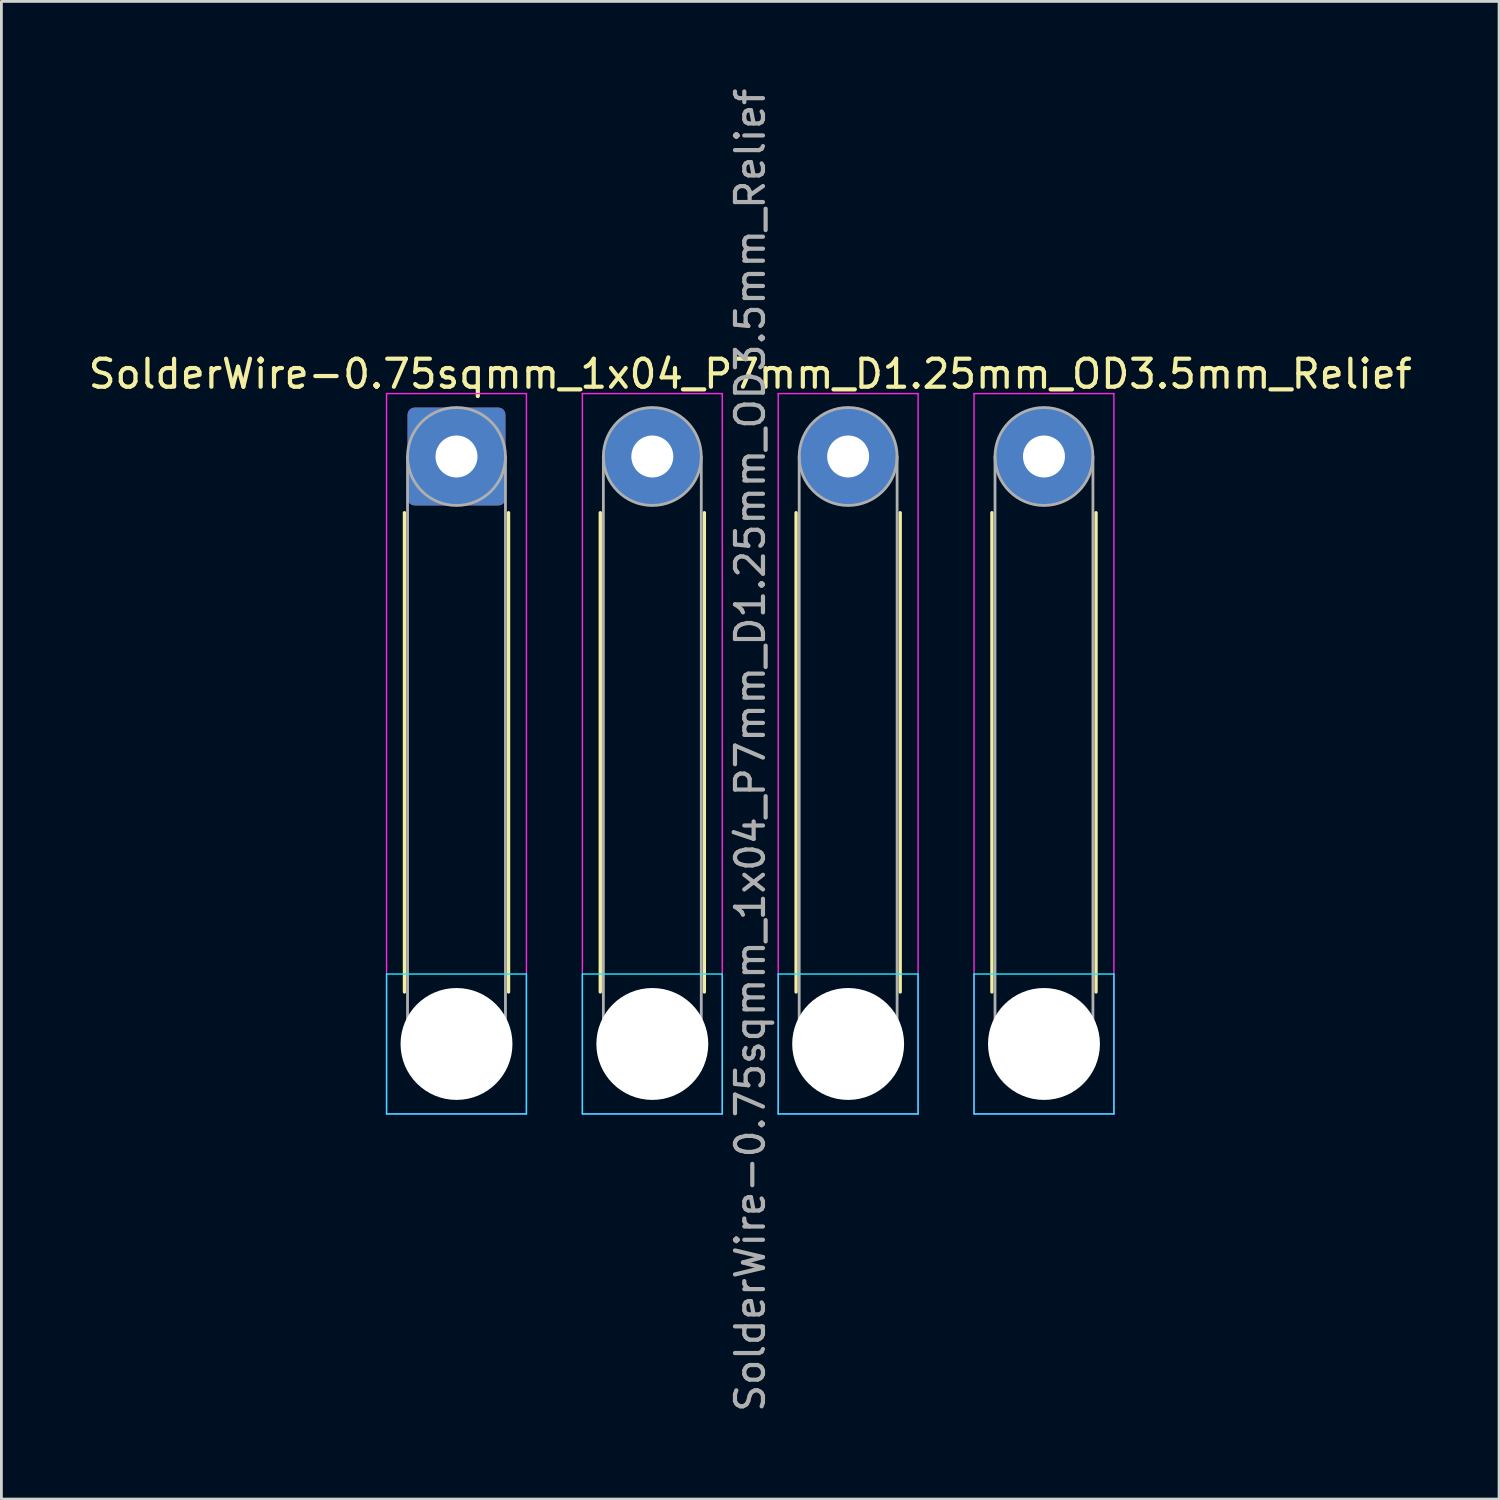
<source format=kicad_pcb>
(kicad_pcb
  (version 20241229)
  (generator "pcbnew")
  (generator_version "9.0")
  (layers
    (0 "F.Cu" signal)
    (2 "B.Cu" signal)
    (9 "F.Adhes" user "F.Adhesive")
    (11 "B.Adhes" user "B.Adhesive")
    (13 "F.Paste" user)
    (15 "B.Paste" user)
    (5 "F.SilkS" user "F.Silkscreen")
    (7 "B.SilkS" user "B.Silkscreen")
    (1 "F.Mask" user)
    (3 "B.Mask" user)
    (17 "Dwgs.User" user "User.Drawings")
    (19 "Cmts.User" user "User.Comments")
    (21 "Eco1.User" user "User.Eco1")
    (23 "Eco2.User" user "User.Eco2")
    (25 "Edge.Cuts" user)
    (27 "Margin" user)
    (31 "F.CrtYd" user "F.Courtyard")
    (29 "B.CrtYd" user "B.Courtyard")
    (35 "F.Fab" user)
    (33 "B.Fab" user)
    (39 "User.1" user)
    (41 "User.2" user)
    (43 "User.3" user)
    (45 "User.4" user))
  (footprint "SolderWire-0.75sqmm_1x04_P7mm_D1.25mm_OD3.5mm_Relief"
    (layer "F.Cu")
    (at 13.268 13.268)
    (property "Reference" "SolderWire-0.75sqmm_1x04_P7mm_D1.25mm_OD3.5mm_Relief" (at 10.5 -2.95 0) (layer "F.SilkS") (effects (font (size 1 1) (thickness 0.15))))
    (attr exclude_from_pos_files exclude_from_bom)
    (fp_line (start -1.86 2.01) (end -1.86 19.14) (stroke (width 0.12) (type solid)) (layer "F.SilkS"))
    (fp_line (start 1.86 2.01) (end 1.86 19.14) (stroke (width 0.12) (type solid)) (layer "F.SilkS"))
    (fp_line (start 5.14 2.01) (end 5.14 19.14) (stroke (width 0.12) (type solid)) (layer "F.SilkS"))
    (fp_line (start 8.86 2.01) (end 8.86 19.14) (stroke (width 0.12) (type solid)) (layer "F.SilkS"))
    (fp_line (start 12.14 2.01) (end 12.14 19.14) (stroke (width 0.12) (type solid)) (layer "F.SilkS"))
    (fp_line (start 15.86 2.01) (end 15.86 19.14) (stroke (width 0.12) (type solid)) (layer "F.SilkS"))
    (fp_line (start 19.14 2.01) (end 19.14 19.14) (stroke (width 0.12) (type solid)) (layer "F.SilkS"))
    (fp_line (start 22.86 2.01) (end 22.86 19.14) (stroke (width 0.12) (type solid)) (layer "F.SilkS"))
    (fp_line (start -2.5 18.5) (end -2.5 23.5) (stroke (width 0.05) (type solid)) (layer "B.CrtYd"))
    (fp_line (start -2.5 23.5) (end 2.5 23.5) (stroke (width 0.05) (type solid)) (layer "B.CrtYd"))
    (fp_line (start 2.5 18.5) (end -2.5 18.5) (stroke (width 0.05) (type solid)) (layer "B.CrtYd"))
    (fp_line (start 2.5 23.5) (end 2.5 18.5) (stroke (width 0.05) (type solid)) (layer "B.CrtYd"))
    (fp_line (start 4.5 18.5) (end 4.5 23.5) (stroke (width 0.05) (type solid)) (layer "B.CrtYd"))
    (fp_line (start 4.5 23.5) (end 9.5 23.5) (stroke (width 0.05) (type solid)) (layer "B.CrtYd"))
    (fp_line (start 9.5 18.5) (end 4.5 18.5) (stroke (width 0.05) (type solid)) (layer "B.CrtYd"))
    (fp_line (start 9.5 23.5) (end 9.5 18.5) (stroke (width 0.05) (type solid)) (layer "B.CrtYd"))
    (fp_line (start 11.5 18.5) (end 11.5 23.5) (stroke (width 0.05) (type solid)) (layer "B.CrtYd"))
    (fp_line (start 11.5 23.5) (end 16.5 23.5) (stroke (width 0.05) (type solid)) (layer "B.CrtYd"))
    (fp_line (start 16.5 18.5) (end 11.5 18.5) (stroke (width 0.05) (type solid)) (layer "B.CrtYd"))
    (fp_line (start 16.5 23.5) (end 16.5 18.5) (stroke (width 0.05) (type solid)) (layer "B.CrtYd"))
    (fp_line (start 18.5 18.5) (end 18.5 23.5) (stroke (width 0.05) (type solid)) (layer "B.CrtYd"))
    (fp_line (start 18.5 23.5) (end 23.5 23.5) (stroke (width 0.05) (type solid)) (layer "B.CrtYd"))
    (fp_line (start 23.5 18.5) (end 18.5 18.5) (stroke (width 0.05) (type solid)) (layer "B.CrtYd"))
    (fp_line (start 23.5 23.5) (end 23.5 18.5) (stroke (width 0.05) (type solid)) (layer "B.CrtYd"))
    (fp_line (start -2.5 -2.25) (end -2.5 23.5) (stroke (width 0.05) (type solid)) (layer "F.CrtYd"))
    (fp_line (start -2.5 23.5) (end 2.5 23.5) (stroke (width 0.05) (type solid)) (layer "F.CrtYd"))
    (fp_line (start 2.5 -2.25) (end -2.5 -2.25) (stroke (width 0.05) (type solid)) (layer "F.CrtYd"))
    (fp_line (start 2.5 23.5) (end 2.5 -2.25) (stroke (width 0.05) (type solid)) (layer "F.CrtYd"))
    (fp_line (start 4.5 -2.25) (end 4.5 23.5) (stroke (width 0.05) (type solid)) (layer "F.CrtYd"))
    (fp_line (start 4.5 23.5) (end 9.5 23.5) (stroke (width 0.05) (type solid)) (layer "F.CrtYd"))
    (fp_line (start 9.5 -2.25) (end 4.5 -2.25) (stroke (width 0.05) (type solid)) (layer "F.CrtYd"))
    (fp_line (start 9.5 23.5) (end 9.5 -2.25) (stroke (width 0.05) (type solid)) (layer "F.CrtYd"))
    (fp_line (start 11.5 -2.25) (end 11.5 23.5) (stroke (width 0.05) (type solid)) (layer "F.CrtYd"))
    (fp_line (start 11.5 23.5) (end 16.5 23.5) (stroke (width 0.05) (type solid)) (layer "F.CrtYd"))
    (fp_line (start 16.5 -2.25) (end 11.5 -2.25) (stroke (width 0.05) (type solid)) (layer "F.CrtYd"))
    (fp_line (start 16.5 23.5) (end 16.5 -2.25) (stroke (width 0.05) (type solid)) (layer "F.CrtYd"))
    (fp_line (start 18.5 -2.25) (end 18.5 23.5) (stroke (width 0.05) (type solid)) (layer "F.CrtYd"))
    (fp_line (start 18.5 23.5) (end 23.5 23.5) (stroke (width 0.05) (type solid)) (layer "F.CrtYd"))
    (fp_line (start 23.5 -2.25) (end 18.5 -2.25) (stroke (width 0.05) (type solid)) (layer "F.CrtYd"))
    (fp_line (start 23.5 23.5) (end 23.5 -2.25) (stroke (width 0.05) (type solid)) (layer "F.CrtYd"))
    (fp_line (start -1.75 0) (end -1.75 21) (stroke (width 0.1) (type solid)) (layer "F.Fab"))
    (fp_line (start 1.75 0) (end 1.75 21) (stroke (width 0.1) (type solid)) (layer "F.Fab"))
    (fp_line (start 5.25 0) (end 5.25 21) (stroke (width 0.1) (type solid)) (layer "F.Fab"))
    (fp_line (start 8.75 0) (end 8.75 21) (stroke (width 0.1) (type solid)) (layer "F.Fab"))
    (fp_line (start 12.25 0) (end 12.25 21) (stroke (width 0.1) (type solid)) (layer "F.Fab"))
    (fp_line (start 15.75 0) (end 15.75 21) (stroke (width 0.1) (type solid)) (layer "F.Fab"))
    (fp_line (start 19.25 0) (end 19.25 21) (stroke (width 0.1) (type solid)) (layer "F.Fab"))
    (fp_line (start 22.75 0) (end 22.75 21) (stroke (width 0.1) (type solid)) (layer "F.Fab"))
    (fp_circle (center 0 0) (end 1.75 0) (stroke (width 0.1) (type solid)) (fill no) (layer "F.Fab"))
    (fp_circle (center 0 21) (end 1.75 21) (stroke (width 0.1) (type solid)) (fill no) (layer "F.Fab"))
    (fp_circle (center 7 0) (end 8.75 0) (stroke (width 0.1) (type solid)) (fill no) (layer "F.Fab"))
    (fp_circle (center 7 21) (end 8.75 21) (stroke (width 0.1) (type solid)) (fill no) (layer "F.Fab"))
    (fp_circle (center 14 0) (end 15.75 0) (stroke (width 0.1) (type solid)) (fill no) (layer "F.Fab"))
    (fp_circle (center 14 21) (end 15.75 21) (stroke (width 0.1) (type solid)) (fill no) (layer "F.Fab"))
    (fp_circle (center 21 0) (end 22.75 0) (stroke (width 0.1) (type solid)) (fill no) (layer "F.Fab"))
    (fp_circle (center 21 21) (end 22.75 21) (stroke (width 0.1) (type solid)) (fill no) (layer "F.Fab"))
    (fp_text user "${REFERENCE}" (at 10.5 10.5 90) (layer "F.Fab") (effects (font (size 1 1) (thickness 0.15))))
    (pad "" np_thru_hole circle (at 0 21) (size 4 4) (drill 4) (layers "*.Cu" "*.Mask"))
    (pad "" np_thru_hole circle (at 7 21) (size 4 4) (drill 4) (layers "*.Cu" "*.Mask"))
    (pad "" np_thru_hole circle (at 14 21) (size 4 4) (drill 4) (layers "*.Cu" "*.Mask"))
    (pad "" np_thru_hole circle (at 21 21) (size 4 4) (drill 4) (layers "*.Cu" "*.Mask"))
    (pad "1" thru_hole roundrect (at 0 0) (size 3.5 3.5) (drill 1.5) (layers "*.Cu" "*.Mask") (roundrect_rratio 0.071))
    (pad "2" thru_hole circle (at 7 0) (size 3.5 3.5) (drill 1.5) (layers "*.Cu" "*.Mask"))
    (pad "3" thru_hole circle (at 14 0) (size 3.5 3.5) (drill 1.5) (layers "*.Cu" "*.Mask"))
    (pad "4" thru_hole circle (at 21 0) (size 3.5 3.5) (drill 1.5) (layers "*.Cu" "*.Mask")))
  (gr_rect
    (start -3 -3)
    (end 50.536 50.536)
    (stroke (width 0.1) (type default))
    (fill no)
    (layer "Edge.Cuts")))
</source>
